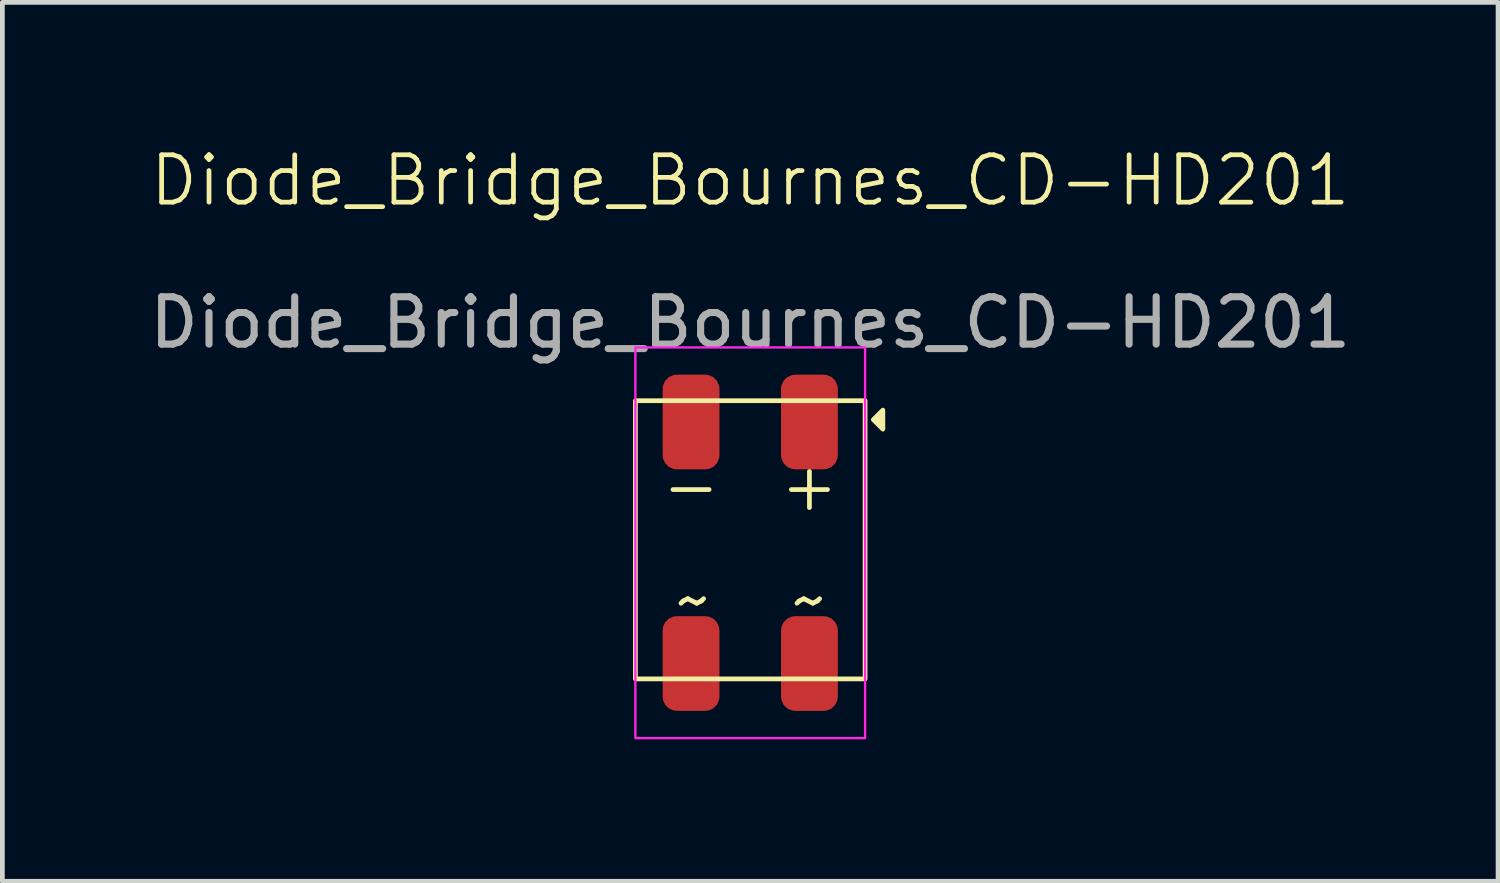
<source format=kicad_pcb>
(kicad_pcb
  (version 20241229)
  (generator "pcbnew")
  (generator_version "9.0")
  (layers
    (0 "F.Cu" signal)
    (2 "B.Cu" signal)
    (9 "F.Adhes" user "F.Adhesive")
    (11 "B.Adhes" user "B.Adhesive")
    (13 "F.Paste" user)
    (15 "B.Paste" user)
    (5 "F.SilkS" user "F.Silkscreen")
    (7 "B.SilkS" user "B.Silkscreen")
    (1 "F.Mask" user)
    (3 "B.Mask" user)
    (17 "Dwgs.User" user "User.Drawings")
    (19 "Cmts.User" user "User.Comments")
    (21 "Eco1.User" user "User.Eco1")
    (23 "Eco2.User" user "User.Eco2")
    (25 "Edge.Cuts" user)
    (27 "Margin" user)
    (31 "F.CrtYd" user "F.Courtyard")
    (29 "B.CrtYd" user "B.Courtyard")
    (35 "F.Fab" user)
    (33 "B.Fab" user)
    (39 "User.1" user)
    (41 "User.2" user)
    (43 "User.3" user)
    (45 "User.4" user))
  (footprint "Diode_Bridge_Bournes_CD-HD201"
    (layer "F.Cu")
    (at 12.792 8.411)
    (property "Reference" "Diode_Bridge_Bournes_CD-HD201" (at 0 -7.65 0) (unlocked yes) (layer "F.SilkS") (effects (font (size 1 1) (thickness 0.1))))
    (attr smd)
    (fp_rect (start -2.425 -3) (end 2.425 2.875) (stroke (width 0.1) (type default)) (fill no) (layer "F.SilkS"))
    (fp_poly (pts (xy 2.8 -2.8) (xy 2.6 -2.6) (xy 2.8 -2.4)) (stroke (width 0.1) (type solid)) (fill yes) (layer "F.SilkS"))
    (fp_rect (start -2.425 -4.125) (end 2.425 4.125) (stroke (width 0.05) (type default)) (fill no) (layer "F.CrtYd"))
    (fp_text user "-" (at -1.25 -1.2 0) (unlocked yes) (layer "F.SilkS") (effects (font (size 1 1) (thickness 0.1))))
    (fp_text user "+" (at 1.25 -1.2 0) (unlocked yes) (layer "F.SilkS") (effects (font (size 1 1) (thickness 0.1))))
    (fp_text user "~" (at 1.25 1.2 0) (unlocked yes) (layer "F.SilkS") (effects (font (size 1 1) (thickness 0.1))))
    (fp_text user "~" (at -1.2 1.2 0) (unlocked yes) (layer "F.SilkS") (effects (font (size 1 1) (thickness 0.1))))
    (fp_text user "${REFERENCE}" (at 0 -4.65 0) (unlocked yes) (layer "F.Fab") (effects (font (size 1 1) (thickness 0.15))))
    (pad "1" smd roundrect (at 1.25 -2.55) (size 1.2 2) (layers "F.Cu" "F.Mask" "F.Paste") (roundrect_rratio 0.25))
    (pad "2" smd roundrect (at 1.25 2.55) (size 1.2 2) (layers "F.Cu" "F.Mask" "F.Paste") (roundrect_rratio 0.25))
    (pad "3" smd roundrect (at -1.25 2.55) (size 1.2 2) (layers "F.Cu" "F.Mask" "F.Paste") (roundrect_rratio 0.25))
    (pad "4" smd roundrect (at -1.25 -2.55) (size 1.2 2) (layers "F.Cu" "F.Mask" "F.Paste") (roundrect_rratio 0.25)))
  (gr_rect
    (start -3 -3)
    (end 28.583 15.56)
    (stroke (width 0.1) (type default))
    (fill no)
    (layer "Edge.Cuts")))
</source>
